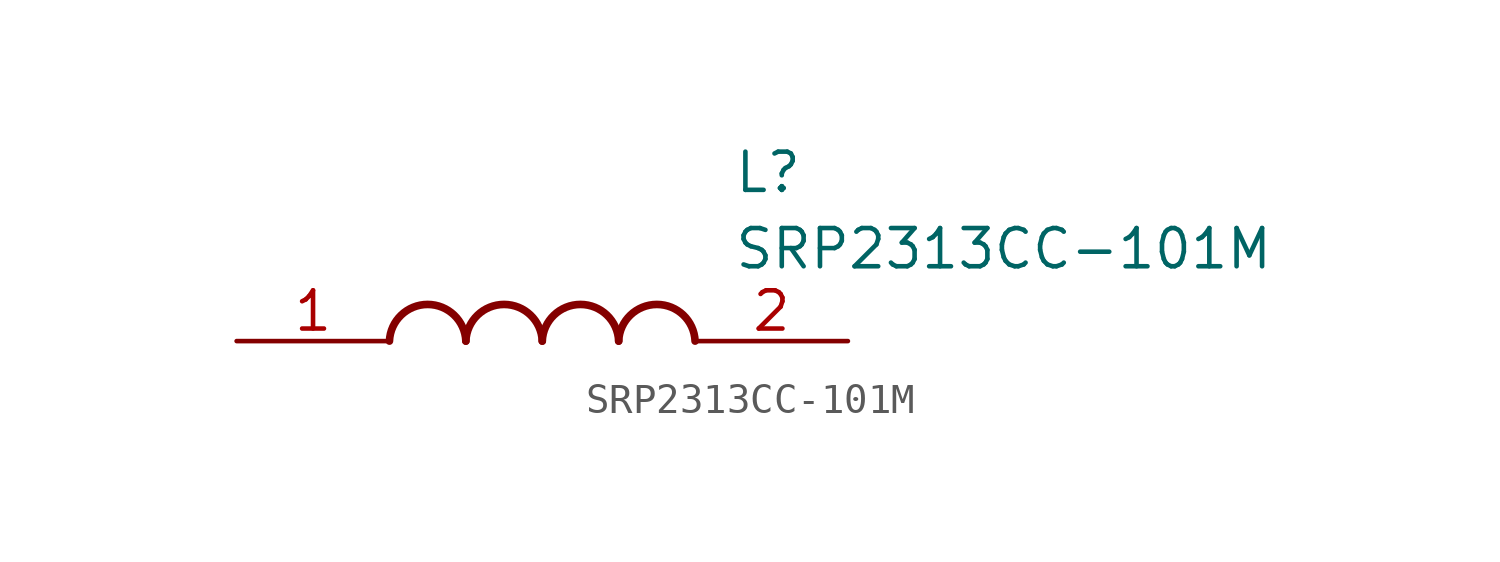
<source format=kicad_sym>
(kicad_symbol_lib
  (version 20211014)
  (generator SamacSys_ECAD_Model)
  (symbol "SRP2313CC-101M"
    (pin_names hide)
    (property "Reference" "L"
      (at 16.51 6.35 0)
      (effects (font (size 1.27 1.27)) (justify left top)))
    (property "Value" "SRP2313CC-101M"
      (at 16.51 3.81 0)
      (effects (font (size 1.27 1.27)) (justify left top)))
    (arc
      (start 7.62 0)
      (mid 6.35 1.219)
      (end 5.08 0)
      (stroke (width 0.254) (type default))
      (fill (type none)))
    (arc
      (start 10.16 0)
      (mid 8.89 1.219)
      (end 7.62 0)
      (stroke (width 0.254) (type default))
      (fill (type none)))
    (arc
      (start 12.7 0)
      (mid 11.43 1.219)
      (end 10.16 0)
      (stroke (width 0.254) (type default))
      (fill (type none)))
    (arc
      (start 15.24 0)
      (mid 13.97 1.219)
      (end 12.7 0)
      (stroke (width 0.254) (type default))
      (fill (type none)))
    (pin passive line
      (at 0 0 0)
      (length 5.08)
      (name "1" (effects (font (size 1.27 1.27))))
      (number "1" (effects (font (size 1.27 1.27)))))
    (pin passive line
      (at 20.32 0 180)
      (length 5.08)
      (name "2" (effects (font (size 1.27 1.27))))
      (number "2" (effects (font (size 1.27 1.27)))))))
</source>
